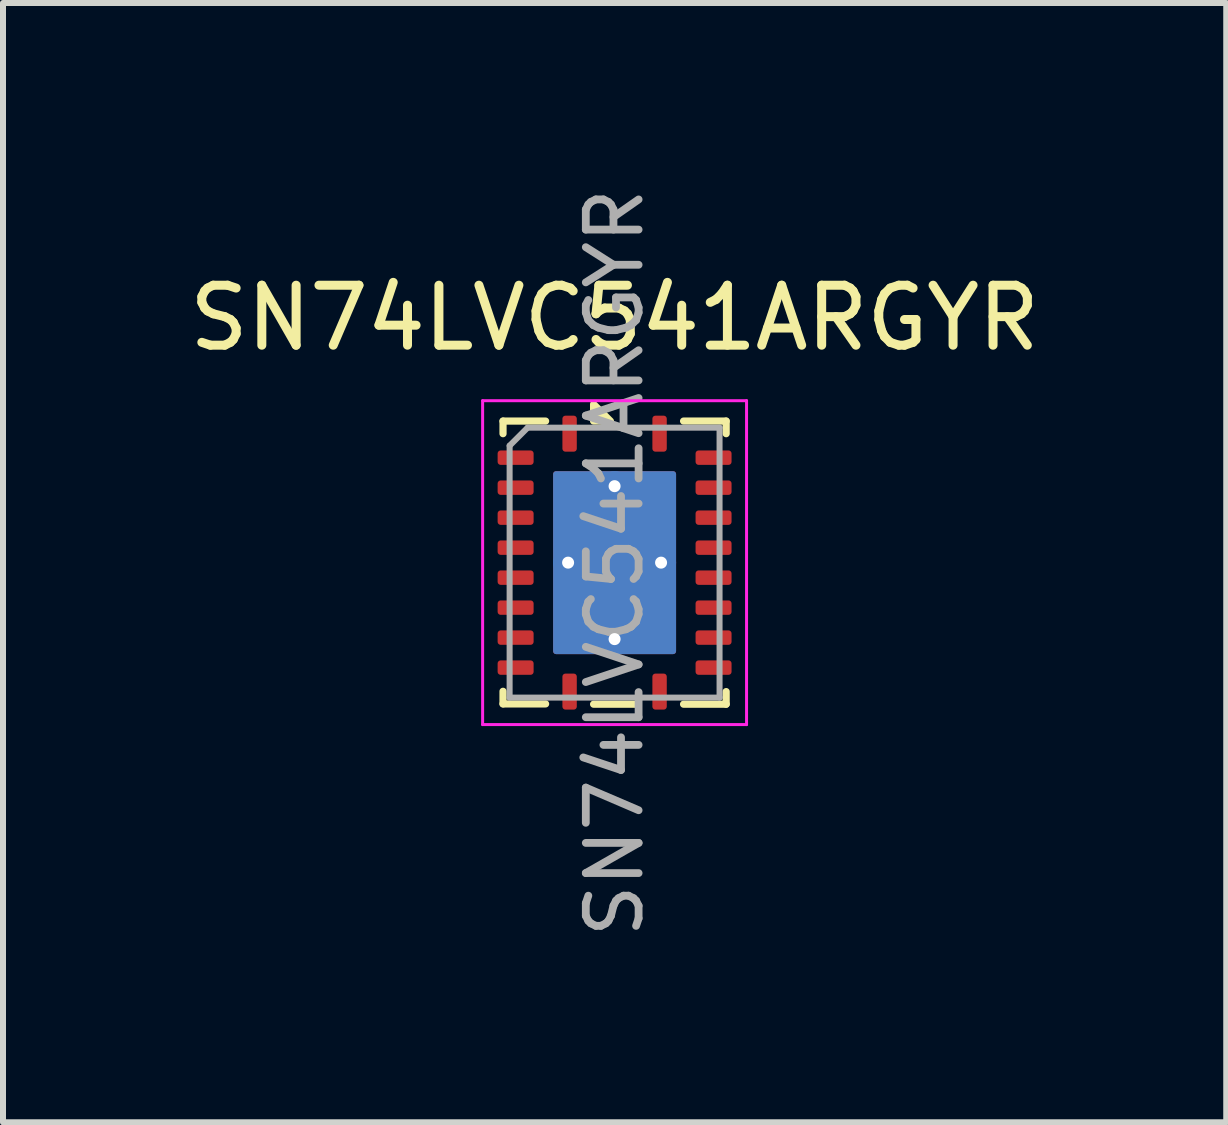
<source format=kicad_pcb>
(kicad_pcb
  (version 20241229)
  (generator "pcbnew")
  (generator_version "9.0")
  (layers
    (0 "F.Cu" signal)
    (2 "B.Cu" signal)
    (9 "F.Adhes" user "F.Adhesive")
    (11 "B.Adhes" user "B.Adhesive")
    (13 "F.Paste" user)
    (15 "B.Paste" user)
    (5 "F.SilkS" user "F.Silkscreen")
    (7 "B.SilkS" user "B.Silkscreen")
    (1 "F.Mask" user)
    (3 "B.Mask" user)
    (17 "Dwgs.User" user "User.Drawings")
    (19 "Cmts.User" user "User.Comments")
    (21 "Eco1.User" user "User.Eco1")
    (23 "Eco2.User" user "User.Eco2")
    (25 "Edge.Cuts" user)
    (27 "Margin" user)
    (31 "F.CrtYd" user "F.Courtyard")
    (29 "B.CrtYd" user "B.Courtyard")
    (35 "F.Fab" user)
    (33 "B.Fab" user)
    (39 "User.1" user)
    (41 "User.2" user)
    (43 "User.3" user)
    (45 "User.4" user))
  (footprint "SN74LVC541ARGYR"
    (layer "F.Cu")
    (at 7.196 6.33)
    (property "Reference" "SN74LVC541ARGYR" (at 0 -4.08 0) (layer "F.SilkS") (effects (font (size 1 1) (thickness 0.15))))
    (attr smd)
    (fp_line (start -1.86 -2.36) (end -1.86 -2.15) (stroke (width 0.12) (type solid)) (layer "F.SilkS"))
    (fp_line (start -1.86 2.355) (end -1.86 2.145) (stroke (width 0.12) (type solid)) (layer "F.SilkS"))
    (fp_line (start -1.15 -2.36) (end -1.86 -2.36) (stroke (width 0.12) (type solid)) (layer "F.SilkS"))
    (fp_line (start -1.15 2.355) (end -1.86 2.355) (stroke (width 0.12) (type solid)) (layer "F.SilkS"))
    (fp_line (start 0.35 2.36) (end -0.35 2.36) (stroke (width 0.12) (type solid)) (layer "F.SilkS"))
    (fp_line (start 1.15 -2.36) (end 1.86 -2.36) (stroke (width 0.12) (type solid)) (layer "F.SilkS"))
    (fp_line (start 1.15 2.36) (end 1.86 2.36) (stroke (width 0.12) (type solid)) (layer "F.SilkS"))
    (fp_line (start 1.86 -2.36) (end 1.86 -2.15) (stroke (width 0.12) (type solid)) (layer "F.SilkS"))
    (fp_line (start 1.86 2.36) (end 1.86 2.15) (stroke (width 0.12) (type solid)) (layer "F.SilkS"))
    (fp_poly (pts (xy -0.35 -2.36) (xy -0.35 -2.64) (xy -0.07 -2.36) (xy -0.35 -2.36)) (stroke (width 0.12) (type solid)) (fill yes) (layer "F.SilkS"))
    (fp_line (start -2.2 -2.7) (end -2.2 2.7) (stroke (width 0.05) (type solid)) (layer "F.CrtYd"))
    (fp_line (start -2.2 2.7) (end 2.2 2.7) (stroke (width 0.05) (type solid)) (layer "F.CrtYd"))
    (fp_line (start 2.2 -2.7) (end -2.2 -2.7) (stroke (width 0.05) (type solid)) (layer "F.CrtYd"))
    (fp_line (start 2.2 2.7) (end 2.2 -2.7) (stroke (width 0.05) (type solid)) (layer "F.CrtYd"))
    (fp_line (start -1.75 -1.95) (end -1.45 -2.25) (stroke (width 0.1) (type solid)) (layer "F.Fab"))
    (fp_line (start -1.75 2.25) (end -1.75 -1.95) (stroke (width 0.1) (type solid)) (layer "F.Fab"))
    (fp_line (start -1.45 -2.25) (end 1.75 -2.25) (stroke (width 0.1) (type solid)) (layer "F.Fab"))
    (fp_line (start 1.75 -2.25) (end 1.75 2.25) (stroke (width 0.1) (type solid)) (layer "F.Fab"))
    (fp_line (start 1.75 2.25) (end -1.75 2.25) (stroke (width 0.1) (type solid)) (layer "F.Fab"))
    (fp_text user "${REFERENCE}" (at 0 0 90) (layer "F.Fab") (effects (font (size 0.88 0.88) (thickness 0.13))))
    (pad "" smd rect (at -0.56 -0.77) (size 0.92 1.33) (layers "F.Paste"))
    (pad "" smd rect (at -0.56 0.77) (size 0.92 1.33) (layers "F.Paste"))
    (pad "" smd rect (at 0.56 -0.77) (size 0.92 1.33) (layers "F.Paste"))
    (pad "" smd rect (at 0.56 0.77) (size 0.92 1.33) (layers "F.Paste"))
    (pad "1" smd roundrect (at -0.75 -2.15 90) (size 0.6 0.24) (layers "F.Cu" "F.Mask" "F.Paste") (roundrect_rratio 0.208))
    (pad "2" smd roundrect (at -1.65 -1.75) (size 0.6 0.24) (layers "F.Cu" "F.Mask" "F.Paste") (roundrect_rratio 0.208))
    (pad "3" smd roundrect (at -1.65 -1.25) (size 0.6 0.24) (layers "F.Cu" "F.Mask" "F.Paste") (roundrect_rratio 0.208))
    (pad "4" smd roundrect (at -1.65 -0.75) (size 0.6 0.24) (layers "F.Cu" "F.Mask" "F.Paste") (roundrect_rratio 0.208))
    (pad "5" smd roundrect (at -1.65 -0.25) (size 0.6 0.24) (layers "F.Cu" "F.Mask" "F.Paste") (roundrect_rratio 0.208))
    (pad "6" smd roundrect (at -1.65 0.25) (size 0.6 0.24) (layers "F.Cu" "F.Mask" "F.Paste") (roundrect_rratio 0.208))
    (pad "7" smd roundrect (at -1.65 0.75) (size 0.6 0.24) (layers "F.Cu" "F.Mask" "F.Paste") (roundrect_rratio 0.208))
    (pad "8" smd roundrect (at -1.65 1.25) (size 0.6 0.24) (layers "F.Cu" "F.Mask" "F.Paste") (roundrect_rratio 0.208))
    (pad "9" smd roundrect (at -1.65 1.75) (size 0.6 0.24) (layers "F.Cu" "F.Mask" "F.Paste") (roundrect_rratio 0.208))
    (pad "10" smd roundrect (at -0.75 2.15 90) (size 0.6 0.24) (layers "F.Cu" "F.Mask" "F.Paste") (roundrect_rratio 0.208))
    (pad "11" smd roundrect (at 0.75 2.15 90) (size 0.6 0.24) (layers "F.Cu" "F.Mask" "F.Paste") (roundrect_rratio 0.208))
    (pad "12" smd roundrect (at 1.65 1.75) (size 0.6 0.24) (layers "F.Cu" "F.Mask" "F.Paste") (roundrect_rratio 0.208))
    (pad "13" smd roundrect (at 1.65 1.25) (size 0.6 0.24) (layers "F.Cu" "F.Mask" "F.Paste") (roundrect_rratio 0.208))
    (pad "14" smd roundrect (at 1.65 0.75) (size 0.6 0.24) (layers "F.Cu" "F.Mask" "F.Paste") (roundrect_rratio 0.208))
    (pad "15" smd roundrect (at 1.65 0.25) (size 0.6 0.24) (layers "F.Cu" "F.Mask" "F.Paste") (roundrect_rratio 0.208))
    (pad "16" smd roundrect (at 1.65 -0.25) (size 0.6 0.24) (layers "F.Cu" "F.Mask" "F.Paste") (roundrect_rratio 0.208))
    (pad "17" smd roundrect (at 1.65 -0.75) (size 0.6 0.24) (layers "F.Cu" "F.Mask" "F.Paste") (roundrect_rratio 0.208))
    (pad "18" smd roundrect (at 1.65 -1.25) (size 0.6 0.24) (layers "F.Cu" "F.Mask" "F.Paste") (roundrect_rratio 0.208))
    (pad "19" smd roundrect (at 1.65 -1.75) (size 0.6 0.24) (layers "F.Cu" "F.Mask" "F.Paste") (roundrect_rratio 0.208))
    (pad "20" smd roundrect (at 0.75 -2.15 90) (size 0.6 0.24) (layers "F.Cu" "F.Mask" "F.Paste") (roundrect_rratio 0.208))
    (pad "21" thru_hole circle (at -0.775 0) (size 0.5 0.5) (drill 0.2) (layers "*.Cu"))
    (pad "21" thru_hole circle (at 0 -1.275) (size 0.5 0.5) (drill 0.2) (layers "*.Cu"))
    (pad "21" smd roundrect (at 0 0) (size 2.05 3.05) (layers "F.Cu" "F.Mask") (roundrect_rratio 0.024))
    (pad "21" smd roundrect (at 0 0) (size 2.05 3.05) (layers "B.Cu" "B.Mask") (roundrect_rratio 0.024))
    (pad "21" thru_hole circle (at 0 1.275) (size 0.5 0.5) (drill 0.2) (layers "*.Cu"))
    (pad "21" thru_hole circle (at 0.775 0) (size 0.5 0.5) (drill 0.2) (layers "*.Cu")))
  (gr_rect
    (start -3 -3)
    (end 17.393 15.66)
    (stroke (width 0.1) (type default))
    (fill no)
    (layer "Edge.Cuts")))
</source>
